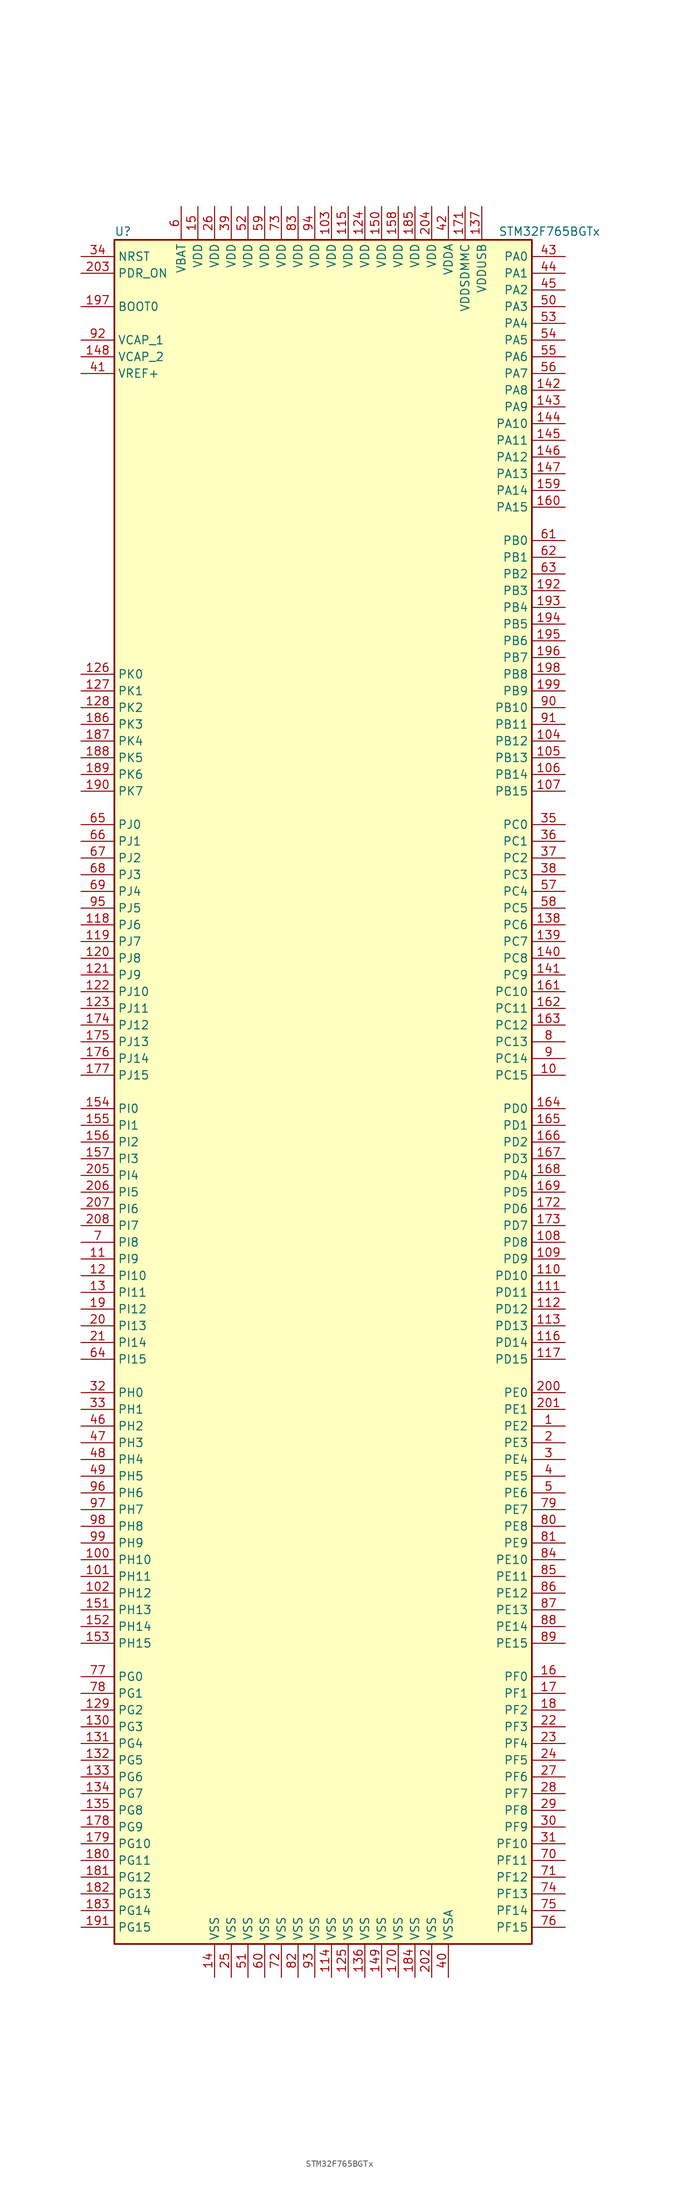
<source format=kicad_sym>
(kicad_symbol_lib
  (version 20211014)
  (generator kicad_symbol_editor)
  (symbol "STM32F765BGTx"
    (property "Reference" "U"
      (at -33.02 130.81 0)
      (effects (font (size 1.27 1.27)) (justify left)))
    (property "Value" "STM32F765BGTx"
      (at 25.4 130.81 0)
      (effects (font (size 1.27 1.27)) (justify left)))
    (symbol "STM32F765BGTx_0_1"
      (rectangle (start -33.02 -129.54) (end 30.48 129.54) (stroke (width 0.254) (type default) (color 0 0 0 0)) (fill (type background))))
    (symbol "STM32F765BGTx_1_1"
      (pin bidirectional line (at 35.56 -50.8 180) (length 5.08) (name "PE2" (effects (font (size 1.27 1.27)))) (number "1" (effects (font (size 1.27 1.27)))))
      (pin bidirectional line (at 35.56 2.54 180) (length 5.08) (name "PC15" (effects (font (size 1.27 1.27)))) (number "10" (effects (font (size 1.27 1.27)))))
      (pin bidirectional line (at -38.1 -71.12 0) (length 5.08) (name "PH10" (effects (font (size 1.27 1.27)))) (number "100" (effects (font (size 1.27 1.27)))))
      (pin bidirectional line (at -38.1 -73.66 0) (length 5.08) (name "PH11" (effects (font (size 1.27 1.27)))) (number "101" (effects (font (size 1.27 1.27)))))
      (pin bidirectional line (at -38.1 -76.2 0) (length 5.08) (name "PH12" (effects (font (size 1.27 1.27)))) (number "102" (effects (font (size 1.27 1.27)))))
      (pin power_in line (at 0 134.62 270) (length 5.08) (name "VDD" (effects (font (size 1.27 1.27)))) (number "103" (effects (font (size 1.27 1.27)))))
      (pin bidirectional line (at 35.56 53.34 180) (length 5.08) (name "PB12" (effects (font (size 1.27 1.27)))) (number "104" (effects (font (size 1.27 1.27)))))
      (pin bidirectional line (at 35.56 50.8 180) (length 5.08) (name "PB13" (effects (font (size 1.27 1.27)))) (number "105" (effects (font (size 1.27 1.27)))))
      (pin bidirectional line (at 35.56 48.26 180) (length 5.08) (name "PB14" (effects (font (size 1.27 1.27)))) (number "106" (effects (font (size 1.27 1.27)))))
      (pin bidirectional line (at 35.56 45.72 180) (length 5.08) (name "PB15" (effects (font (size 1.27 1.27)))) (number "107" (effects (font (size 1.27 1.27)))))
      (pin bidirectional line (at 35.56 -22.86 180) (length 5.08) (name "PD8" (effects (font (size 1.27 1.27)))) (number "108" (effects (font (size 1.27 1.27)))))
      (pin bidirectional line (at 35.56 -25.4 180) (length 5.08) (name "PD9" (effects (font (size 1.27 1.27)))) (number "109" (effects (font (size 1.27 1.27)))))
      (pin bidirectional line (at -38.1 -25.4 0) (length 5.08) (name "PI9" (effects (font (size 1.27 1.27)))) (number "11" (effects (font (size 1.27 1.27)))))
      (pin bidirectional line (at 35.56 -27.94 180) (length 5.08) (name "PD10" (effects (font (size 1.27 1.27)))) (number "110" (effects (font (size 1.27 1.27)))))
      (pin bidirectional line (at 35.56 -30.48 180) (length 5.08) (name "PD11" (effects (font (size 1.27 1.27)))) (number "111" (effects (font (size 1.27 1.27)))))
      (pin bidirectional line (at 35.56 -33.02 180) (length 5.08) (name "PD12" (effects (font (size 1.27 1.27)))) (number "112" (effects (font (size 1.27 1.27)))))
      (pin bidirectional line (at 35.56 -35.56 180) (length 5.08) (name "PD13" (effects (font (size 1.27 1.27)))) (number "113" (effects (font (size 1.27 1.27)))))
      (pin power_in line (at 0 -134.62 90) (length 5.08) (name "VSS" (effects (font (size 1.27 1.27)))) (number "114" (effects (font (size 1.27 1.27)))))
      (pin power_in line (at 2.54 134.62 270) (length 5.08) (name "VDD" (effects (font (size 1.27 1.27)))) (number "115" (effects (font (size 1.27 1.27)))))
      (pin bidirectional line (at 35.56 -38.1 180) (length 5.08) (name "PD14" (effects (font (size 1.27 1.27)))) (number "116" (effects (font (size 1.27 1.27)))))
      (pin bidirectional line (at 35.56 -40.64 180) (length 5.08) (name "PD15" (effects (font (size 1.27 1.27)))) (number "117" (effects (font (size 1.27 1.27)))))
      (pin bidirectional line (at -38.1 25.4 0) (length 5.08) (name "PJ6" (effects (font (size 1.27 1.27)))) (number "118" (effects (font (size 1.27 1.27)))))
      (pin bidirectional line (at -38.1 22.86 0) (length 5.08) (name "PJ7" (effects (font (size 1.27 1.27)))) (number "119" (effects (font (size 1.27 1.27)))))
      (pin bidirectional line (at -38.1 -27.94 0) (length 5.08) (name "PI10" (effects (font (size 1.27 1.27)))) (number "12" (effects (font (size 1.27 1.27)))))
      (pin bidirectional line (at -38.1 20.32 0) (length 5.08) (name "PJ8" (effects (font (size 1.27 1.27)))) (number "120" (effects (font (size 1.27 1.27)))))
      (pin bidirectional line (at -38.1 17.78 0) (length 5.08) (name "PJ9" (effects (font (size 1.27 1.27)))) (number "121" (effects (font (size 1.27 1.27)))))
      (pin bidirectional line (at -38.1 15.24 0) (length 5.08) (name "PJ10" (effects (font (size 1.27 1.27)))) (number "122" (effects (font (size 1.27 1.27)))))
      (pin bidirectional line (at -38.1 12.7 0) (length 5.08) (name "PJ11" (effects (font (size 1.27 1.27)))) (number "123" (effects (font (size 1.27 1.27)))))
      (pin power_in line (at 5.08 134.62 270) (length 5.08) (name "VDD" (effects (font (size 1.27 1.27)))) (number "124" (effects (font (size 1.27 1.27)))))
      (pin power_in line (at 2.54 -134.62 90) (length 5.08) (name "VSS" (effects (font (size 1.27 1.27)))) (number "125" (effects (font (size 1.27 1.27)))))
      (pin bidirectional line (at -38.1 63.5 0) (length 5.08) (name "PK0" (effects (font (size 1.27 1.27)))) (number "126" (effects (font (size 1.27 1.27)))))
      (pin bidirectional line (at -38.1 60.96 0) (length 5.08) (name "PK1" (effects (font (size 1.27 1.27)))) (number "127" (effects (font (size 1.27 1.27)))))
      (pin bidirectional line (at -38.1 58.42 0) (length 5.08) (name "PK2" (effects (font (size 1.27 1.27)))) (number "128" (effects (font (size 1.27 1.27)))))
      (pin bidirectional line (at -38.1 -93.98 0) (length 5.08) (name "PG2" (effects (font (size 1.27 1.27)))) (number "129" (effects (font (size 1.27 1.27)))))
      (pin bidirectional line (at -38.1 -30.48 0) (length 5.08) (name "PI11" (effects (font (size 1.27 1.27)))) (number "13" (effects (font (size 1.27 1.27)))))
      (pin bidirectional line (at -38.1 -96.52 0) (length 5.08) (name "PG3" (effects (font (size 1.27 1.27)))) (number "130" (effects (font (size 1.27 1.27)))))
      (pin bidirectional line (at -38.1 -99.06 0) (length 5.08) (name "PG4" (effects (font (size 1.27 1.27)))) (number "131" (effects (font (size 1.27 1.27)))))
      (pin bidirectional line (at -38.1 -101.6 0) (length 5.08) (name "PG5" (effects (font (size 1.27 1.27)))) (number "132" (effects (font (size 1.27 1.27)))))
      (pin bidirectional line (at -38.1 -104.14 0) (length 5.08) (name "PG6" (effects (font (size 1.27 1.27)))) (number "133" (effects (font (size 1.27 1.27)))))
      (pin bidirectional line (at -38.1 -106.68 0) (length 5.08) (name "PG7" (effects (font (size 1.27 1.27)))) (number "134" (effects (font (size 1.27 1.27)))))
      (pin bidirectional line (at -38.1 -109.22 0) (length 5.08) (name "PG8" (effects (font (size 1.27 1.27)))) (number "135" (effects (font (size 1.27 1.27)))))
      (pin power_in line (at 5.08 -134.62 90) (length 5.08) (name "VSS" (effects (font (size 1.27 1.27)))) (number "136" (effects (font (size 1.27 1.27)))))
      (pin power_in line (at 22.86 134.62 270) (length 5.08) (name "VDDUSB" (effects (font (size 1.27 1.27)))) (number "137" (effects (font (size 1.27 1.27)))))
      (pin bidirectional line (at 35.56 25.4 180) (length 5.08) (name "PC6" (effects (font (size 1.27 1.27)))) (number "138" (effects (font (size 1.27 1.27)))))
      (pin bidirectional line (at 35.56 22.86 180) (length 5.08) (name "PC7" (effects (font (size 1.27 1.27)))) (number "139" (effects (font (size 1.27 1.27)))))
      (pin power_in line (at -17.78 -134.62 90) (length 5.08) (name "VSS" (effects (font (size 1.27 1.27)))) (number "14" (effects (font (size 1.27 1.27)))))
      (pin bidirectional line (at 35.56 20.32 180) (length 5.08) (name "PC8" (effects (font (size 1.27 1.27)))) (number "140" (effects (font (size 1.27 1.27)))))
      (pin bidirectional line (at 35.56 17.78 180) (length 5.08) (name "PC9" (effects (font (size 1.27 1.27)))) (number "141" (effects (font (size 1.27 1.27)))))
      (pin bidirectional line (at 35.56 106.68 180) (length 5.08) (name "PA8" (effects (font (size 1.27 1.27)))) (number "142" (effects (font (size 1.27 1.27)))))
      (pin bidirectional line (at 35.56 104.14 180) (length 5.08) (name "PA9" (effects (font (size 1.27 1.27)))) (number "143" (effects (font (size 1.27 1.27)))))
      (pin bidirectional line (at 35.56 101.6 180) (length 5.08) (name "PA10" (effects (font (size 1.27 1.27)))) (number "144" (effects (font (size 1.27 1.27)))))
      (pin bidirectional line (at 35.56 99.06 180) (length 5.08) (name "PA11" (effects (font (size 1.27 1.27)))) (number "145" (effects (font (size 1.27 1.27)))))
      (pin bidirectional line (at 35.56 96.52 180) (length 5.08) (name "PA12" (effects (font (size 1.27 1.27)))) (number "146" (effects (font (size 1.27 1.27)))))
      (pin bidirectional line (at 35.56 93.98 180) (length 5.08) (name "PA13" (effects (font (size 1.27 1.27)))) (number "147" (effects (font (size 1.27 1.27)))))
      (pin power_in line (at -38.1 111.76 0) (length 5.08) (name "VCAP_2" (effects (font (size 1.27 1.27)))) (number "148" (effects (font (size 1.27 1.27)))))
      (pin power_in line (at 7.62 -134.62 90) (length 5.08) (name "VSS" (effects (font (size 1.27 1.27)))) (number "149" (effects (font (size 1.27 1.27)))))
      (pin power_in line (at -20.32 134.62 270) (length 5.08) (name "VDD" (effects (font (size 1.27 1.27)))) (number "15" (effects (font (size 1.27 1.27)))))
      (pin power_in line (at 7.62 134.62 270) (length 5.08) (name "VDD" (effects (font (size 1.27 1.27)))) (number "150" (effects (font (size 1.27 1.27)))))
      (pin bidirectional line (at -38.1 -78.74 0) (length 5.08) (name "PH13" (effects (font (size 1.27 1.27)))) (number "151" (effects (font (size 1.27 1.27)))))
      (pin bidirectional line (at -38.1 -81.28 0) (length 5.08) (name "PH14" (effects (font (size 1.27 1.27)))) (number "152" (effects (font (size 1.27 1.27)))))
      (pin bidirectional line (at -38.1 -83.82 0) (length 5.08) (name "PH15" (effects (font (size 1.27 1.27)))) (number "153" (effects (font (size 1.27 1.27)))))
      (pin bidirectional line (at -38.1 -2.54 0) (length 5.08) (name "PI0" (effects (font (size 1.27 1.27)))) (number "154" (effects (font (size 1.27 1.27)))))
      (pin bidirectional line (at -38.1 -5.08 0) (length 5.08) (name "PI1" (effects (font (size 1.27 1.27)))) (number "155" (effects (font (size 1.27 1.27)))))
      (pin bidirectional line (at -38.1 -7.62 0) (length 5.08) (name "PI2" (effects (font (size 1.27 1.27)))) (number "156" (effects (font (size 1.27 1.27)))))
      (pin bidirectional line (at -38.1 -10.16 0) (length 5.08) (name "PI3" (effects (font (size 1.27 1.27)))) (number "157" (effects (font (size 1.27 1.27)))))
      (pin power_in line (at 10.16 134.62 270) (length 5.08) (name "VDD" (effects (font (size 1.27 1.27)))) (number "158" (effects (font (size 1.27 1.27)))))
      (pin bidirectional line (at 35.56 91.44 180) (length 5.08) (name "PA14" (effects (font (size 1.27 1.27)))) (number "159" (effects (font (size 1.27 1.27)))))
      (pin bidirectional line (at 35.56 -88.9 180) (length 5.08) (name "PF0" (effects (font (size 1.27 1.27)))) (number "16" (effects (font (size 1.27 1.27)))))
      (pin bidirectional line (at 35.56 88.9 180) (length 5.08) (name "PA15" (effects (font (size 1.27 1.27)))) (number "160" (effects (font (size 1.27 1.27)))))
      (pin bidirectional line (at 35.56 15.24 180) (length 5.08) (name "PC10" (effects (font (size 1.27 1.27)))) (number "161" (effects (font (size 1.27 1.27)))))
      (pin bidirectional line (at 35.56 12.7 180) (length 5.08) (name "PC11" (effects (font (size 1.27 1.27)))) (number "162" (effects (font (size 1.27 1.27)))))
      (pin bidirectional line (at 35.56 10.16 180) (length 5.08) (name "PC12" (effects (font (size 1.27 1.27)))) (number "163" (effects (font (size 1.27 1.27)))))
      (pin bidirectional line (at 35.56 -2.54 180) (length 5.08) (name "PD0" (effects (font (size 1.27 1.27)))) (number "164" (effects (font (size 1.27 1.27)))))
      (pin bidirectional line (at 35.56 -5.08 180) (length 5.08) (name "PD1" (effects (font (size 1.27 1.27)))) (number "165" (effects (font (size 1.27 1.27)))))
      (pin bidirectional line (at 35.56 -7.62 180) (length 5.08) (name "PD2" (effects (font (size 1.27 1.27)))) (number "166" (effects (font (size 1.27 1.27)))))
      (pin bidirectional line (at 35.56 -10.16 180) (length 5.08) (name "PD3" (effects (font (size 1.27 1.27)))) (number "167" (effects (font (size 1.27 1.27)))))
      (pin bidirectional line (at 35.56 -12.7 180) (length 5.08) (name "PD4" (effects (font (size 1.27 1.27)))) (number "168" (effects (font (size 1.27 1.27)))))
      (pin bidirectional line (at 35.56 -15.24 180) (length 5.08) (name "PD5" (effects (font (size 1.27 1.27)))) (number "169" (effects (font (size 1.27 1.27)))))
      (pin bidirectional line (at 35.56 -91.44 180) (length 5.08) (name "PF1" (effects (font (size 1.27 1.27)))) (number "17" (effects (font (size 1.27 1.27)))))
      (pin power_in line (at 10.16 -134.62 90) (length 5.08) (name "VSS" (effects (font (size 1.27 1.27)))) (number "170" (effects (font (size 1.27 1.27)))))
      (pin power_in line (at 20.32 134.62 270) (length 5.08) (name "VDDSDMMC" (effects (font (size 1.27 1.27)))) (number "171" (effects (font (size 1.27 1.27)))))
      (pin bidirectional line (at 35.56 -17.78 180) (length 5.08) (name "PD6" (effects (font (size 1.27 1.27)))) (number "172" (effects (font (size 1.27 1.27)))))
      (pin bidirectional line (at 35.56 -20.32 180) (length 5.08) (name "PD7" (effects (font (size 1.27 1.27)))) (number "173" (effects (font (size 1.27 1.27)))))
      (pin bidirectional line (at -38.1 10.16 0) (length 5.08) (name "PJ12" (effects (font (size 1.27 1.27)))) (number "174" (effects (font (size 1.27 1.27)))))
      (pin bidirectional line (at -38.1 7.62 0) (length 5.08) (name "PJ13" (effects (font (size 1.27 1.27)))) (number "175" (effects (font (size 1.27 1.27)))))
      (pin bidirectional line (at -38.1 5.08 0) (length 5.08) (name "PJ14" (effects (font (size 1.27 1.27)))) (number "176" (effects (font (size 1.27 1.27)))))
      (pin bidirectional line (at -38.1 2.54 0) (length 5.08) (name "PJ15" (effects (font (size 1.27 1.27)))) (number "177" (effects (font (size 1.27 1.27)))))
      (pin bidirectional line (at -38.1 -111.76 0) (length 5.08) (name "PG9" (effects (font (size 1.27 1.27)))) (number "178" (effects (font (size 1.27 1.27)))))
      (pin bidirectional line (at -38.1 -114.3 0) (length 5.08) (name "PG10" (effects (font (size 1.27 1.27)))) (number "179" (effects (font (size 1.27 1.27)))))
      (pin bidirectional line (at 35.56 -93.98 180) (length 5.08) (name "PF2" (effects (font (size 1.27 1.27)))) (number "18" (effects (font (size 1.27 1.27)))))
      (pin bidirectional line (at -38.1 -116.84 0) (length 5.08) (name "PG11" (effects (font (size 1.27 1.27)))) (number "180" (effects (font (size 1.27 1.27)))))
      (pin bidirectional line (at -38.1 -119.38 0) (length 5.08) (name "PG12" (effects (font (size 1.27 1.27)))) (number "181" (effects (font (size 1.27 1.27)))))
      (pin bidirectional line (at -38.1 -121.92 0) (length 5.08) (name "PG13" (effects (font (size 1.27 1.27)))) (number "182" (effects (font (size 1.27 1.27)))))
      (pin bidirectional line (at -38.1 -124.46 0) (length 5.08) (name "PG14" (effects (font (size 1.27 1.27)))) (number "183" (effects (font (size 1.27 1.27)))))
      (pin power_in line (at 12.7 -134.62 90) (length 5.08) (name "VSS" (effects (font (size 1.27 1.27)))) (number "184" (effects (font (size 1.27 1.27)))))
      (pin power_in line (at 12.7 134.62 270) (length 5.08) (name "VDD" (effects (font (size 1.27 1.27)))) (number "185" (effects (font (size 1.27 1.27)))))
      (pin bidirectional line (at -38.1 55.88 0) (length 5.08) (name "PK3" (effects (font (size 1.27 1.27)))) (number "186" (effects (font (size 1.27 1.27)))))
      (pin bidirectional line (at -38.1 53.34 0) (length 5.08) (name "PK4" (effects (font (size 1.27 1.27)))) (number "187" (effects (font (size 1.27 1.27)))))
      (pin bidirectional line (at -38.1 50.8 0) (length 5.08) (name "PK5" (effects (font (size 1.27 1.27)))) (number "188" (effects (font (size 1.27 1.27)))))
      (pin bidirectional line (at -38.1 48.26 0) (length 5.08) (name "PK6" (effects (font (size 1.27 1.27)))) (number "189" (effects (font (size 1.27 1.27)))))
      (pin bidirectional line (at -38.1 -33.02 0) (length 5.08) (name "PI12" (effects (font (size 1.27 1.27)))) (number "19" (effects (font (size 1.27 1.27)))))
      (pin bidirectional line (at -38.1 45.72 0) (length 5.08) (name "PK7" (effects (font (size 1.27 1.27)))) (number "190" (effects (font (size 1.27 1.27)))))
      (pin bidirectional line (at -38.1 -127 0) (length 5.08) (name "PG15" (effects (font (size 1.27 1.27)))) (number "191" (effects (font (size 1.27 1.27)))))
      (pin bidirectional line (at 35.56 76.2 180) (length 5.08) (name "PB3" (effects (font (size 1.27 1.27)))) (number "192" (effects (font (size 1.27 1.27)))))
      (pin bidirectional line (at 35.56 73.66 180) (length 5.08) (name "PB4" (effects (font (size 1.27 1.27)))) (number "193" (effects (font (size 1.27 1.27)))))
      (pin bidirectional line (at 35.56 71.12 180) (length 5.08) (name "PB5" (effects (font (size 1.27 1.27)))) (number "194" (effects (font (size 1.27 1.27)))))
      (pin bidirectional line (at 35.56 68.58 180) (length 5.08) (name "PB6" (effects (font (size 1.27 1.27)))) (number "195" (effects (font (size 1.27 1.27)))))
      (pin bidirectional line (at 35.56 66.04 180) (length 5.08) (name "PB7" (effects (font (size 1.27 1.27)))) (number "196" (effects (font (size 1.27 1.27)))))
      (pin input line (at -38.1 119.38 0) (length 5.08) (name "BOOT0" (effects (font (size 1.27 1.27)))) (number "197" (effects (font (size 1.27 1.27)))))
      (pin bidirectional line (at 35.56 63.5 180) (length 5.08) (name "PB8" (effects (font (size 1.27 1.27)))) (number "198" (effects (font (size 1.27 1.27)))))
      (pin bidirectional line (at 35.56 60.96 180) (length 5.08) (name "PB9" (effects (font (size 1.27 1.27)))) (number "199" (effects (font (size 1.27 1.27)))))
      (pin bidirectional line (at 35.56 -53.34 180) (length 5.08) (name "PE3" (effects (font (size 1.27 1.27)))) (number "2" (effects (font (size 1.27 1.27)))))
      (pin bidirectional line (at -38.1 -35.56 0) (length 5.08) (name "PI13" (effects (font (size 1.27 1.27)))) (number "20" (effects (font (size 1.27 1.27)))))
      (pin bidirectional line (at 35.56 -45.72 180) (length 5.08) (name "PE0" (effects (font (size 1.27 1.27)))) (number "200" (effects (font (size 1.27 1.27)))))
      (pin bidirectional line (at 35.56 -48.26 180) (length 5.08) (name "PE1" (effects (font (size 1.27 1.27)))) (number "201" (effects (font (size 1.27 1.27)))))
      (pin power_in line (at 15.24 -134.62 90) (length 5.08) (name "VSS" (effects (font (size 1.27 1.27)))) (number "202" (effects (font (size 1.27 1.27)))))
      (pin input line (at -38.1 124.46 0) (length 5.08) (name "PDR_ON" (effects (font (size 1.27 1.27)))) (number "203" (effects (font (size 1.27 1.27)))))
      (pin power_in line (at 15.24 134.62 270) (length 5.08) (name "VDD" (effects (font (size 1.27 1.27)))) (number "204" (effects (font (size 1.27 1.27)))))
      (pin bidirectional line (at -38.1 -12.7 0) (length 5.08) (name "PI4" (effects (font (size 1.27 1.27)))) (number "205" (effects (font (size 1.27 1.27)))))
      (pin bidirectional line (at -38.1 -15.24 0) (length 5.08) (name "PI5" (effects (font (size 1.27 1.27)))) (number "206" (effects (font (size 1.27 1.27)))))
      (pin bidirectional line (at -38.1 -17.78 0) (length 5.08) (name "PI6" (effects (font (size 1.27 1.27)))) (number "207" (effects (font (size 1.27 1.27)))))
      (pin bidirectional line (at -38.1 -20.32 0) (length 5.08) (name "PI7" (effects (font (size 1.27 1.27)))) (number "208" (effects (font (size 1.27 1.27)))))
      (pin bidirectional line (at -38.1 -38.1 0) (length 5.08) (name "PI14" (effects (font (size 1.27 1.27)))) (number "21" (effects (font (size 1.27 1.27)))))
      (pin bidirectional line (at 35.56 -96.52 180) (length 5.08) (name "PF3" (effects (font (size 1.27 1.27)))) (number "22" (effects (font (size 1.27 1.27)))))
      (pin bidirectional line (at 35.56 -99.06 180) (length 5.08) (name "PF4" (effects (font (size 1.27 1.27)))) (number "23" (effects (font (size 1.27 1.27)))))
      (pin bidirectional line (at 35.56 -101.6 180) (length 5.08) (name "PF5" (effects (font (size 1.27 1.27)))) (number "24" (effects (font (size 1.27 1.27)))))
      (pin power_in line (at -15.24 -134.62 90) (length 5.08) (name "VSS" (effects (font (size 1.27 1.27)))) (number "25" (effects (font (size 1.27 1.27)))))
      (pin power_in line (at -17.78 134.62 270) (length 5.08) (name "VDD" (effects (font (size 1.27 1.27)))) (number "26" (effects (font (size 1.27 1.27)))))
      (pin bidirectional line (at 35.56 -104.14 180) (length 5.08) (name "PF6" (effects (font (size 1.27 1.27)))) (number "27" (effects (font (size 1.27 1.27)))))
      (pin bidirectional line (at 35.56 -106.68 180) (length 5.08) (name "PF7" (effects (font (size 1.27 1.27)))) (number "28" (effects (font (size 1.27 1.27)))))
      (pin bidirectional line (at 35.56 -109.22 180) (length 5.08) (name "PF8" (effects (font (size 1.27 1.27)))) (number "29" (effects (font (size 1.27 1.27)))))
      (pin bidirectional line (at 35.56 -55.88 180) (length 5.08) (name "PE4" (effects (font (size 1.27 1.27)))) (number "3" (effects (font (size 1.27 1.27)))))
      (pin bidirectional line (at 35.56 -111.76 180) (length 5.08) (name "PF9" (effects (font (size 1.27 1.27)))) (number "30" (effects (font (size 1.27 1.27)))))
      (pin bidirectional line (at 35.56 -114.3 180) (length 5.08) (name "PF10" (effects (font (size 1.27 1.27)))) (number "31" (effects (font (size 1.27 1.27)))))
      (pin input line (at -38.1 -45.72 0) (length 5.08) (name "PH0" (effects (font (size 1.27 1.27)))) (number "32" (effects (font (size 1.27 1.27)))))
      (pin input line (at -38.1 -48.26 0) (length 5.08) (name "PH1" (effects (font (size 1.27 1.27)))) (number "33" (effects (font (size 1.27 1.27)))))
      (pin input line (at -38.1 127 0) (length 5.08) (name "NRST" (effects (font (size 1.27 1.27)))) (number "34" (effects (font (size 1.27 1.27)))))
      (pin bidirectional line (at 35.56 40.64 180) (length 5.08) (name "PC0" (effects (font (size 1.27 1.27)))) (number "35" (effects (font (size 1.27 1.27)))))
      (pin bidirectional line (at 35.56 38.1 180) (length 5.08) (name "PC1" (effects (font (size 1.27 1.27)))) (number "36" (effects (font (size 1.27 1.27)))))
      (pin bidirectional line (at 35.56 35.56 180) (length 5.08) (name "PC2" (effects (font (size 1.27 1.27)))) (number "37" (effects (font (size 1.27 1.27)))))
      (pin bidirectional line (at 35.56 33.02 180) (length 5.08) (name "PC3" (effects (font (size 1.27 1.27)))) (number "38" (effects (font (size 1.27 1.27)))))
      (pin power_in line (at -15.24 134.62 270) (length 5.08) (name "VDD" (effects (font (size 1.27 1.27)))) (number "39" (effects (font (size 1.27 1.27)))))
      (pin bidirectional line (at 35.56 -58.42 180) (length 5.08) (name "PE5" (effects (font (size 1.27 1.27)))) (number "4" (effects (font (size 1.27 1.27)))))
      (pin power_in line (at 17.78 -134.62 90) (length 5.08) (name "VSSA" (effects (font (size 1.27 1.27)))) (number "40" (effects (font (size 1.27 1.27)))))
      (pin power_in line (at -38.1 109.22 0) (length 5.08) (name "VREF+" (effects (font (size 1.27 1.27)))) (number "41" (effects (font (size 1.27 1.27)))))
      (pin power_in line (at 17.78 134.62 270) (length 5.08) (name "VDDA" (effects (font (size 1.27 1.27)))) (number "42" (effects (font (size 1.27 1.27)))))
      (pin bidirectional line (at 35.56 127 180) (length 5.08) (name "PA0" (effects (font (size 1.27 1.27)))) (number "43" (effects (font (size 1.27 1.27)))))
      (pin bidirectional line (at 35.56 124.46 180) (length 5.08) (name "PA1" (effects (font (size 1.27 1.27)))) (number "44" (effects (font (size 1.27 1.27)))))
      (pin bidirectional line (at 35.56 121.92 180) (length 5.08) (name "PA2" (effects (font (size 1.27 1.27)))) (number "45" (effects (font (size 1.27 1.27)))))
      (pin bidirectional line (at -38.1 -50.8 0) (length 5.08) (name "PH2" (effects (font (size 1.27 1.27)))) (number "46" (effects (font (size 1.27 1.27)))))
      (pin bidirectional line (at -38.1 -53.34 0) (length 5.08) (name "PH3" (effects (font (size 1.27 1.27)))) (number "47" (effects (font (size 1.27 1.27)))))
      (pin bidirectional line (at -38.1 -55.88 0) (length 5.08) (name "PH4" (effects (font (size 1.27 1.27)))) (number "48" (effects (font (size 1.27 1.27)))))
      (pin bidirectional line (at -38.1 -58.42 0) (length 5.08) (name "PH5" (effects (font (size 1.27 1.27)))) (number "49" (effects (font (size 1.27 1.27)))))
      (pin bidirectional line (at 35.56 -60.96 180) (length 5.08) (name "PE6" (effects (font (size 1.27 1.27)))) (number "5" (effects (font (size 1.27 1.27)))))
      (pin bidirectional line (at 35.56 119.38 180) (length 5.08) (name "PA3" (effects (font (size 1.27 1.27)))) (number "50" (effects (font (size 1.27 1.27)))))
      (pin power_in line (at -12.7 -134.62 90) (length 5.08) (name "VSS" (effects (font (size 1.27 1.27)))) (number "51" (effects (font (size 1.27 1.27)))))
      (pin power_in line (at -12.7 134.62 270) (length 5.08) (name "VDD" (effects (font (size 1.27 1.27)))) (number "52" (effects (font (size 1.27 1.27)))))
      (pin bidirectional line (at 35.56 116.84 180) (length 5.08) (name "PA4" (effects (font (size 1.27 1.27)))) (number "53" (effects (font (size 1.27 1.27)))))
      (pin bidirectional line (at 35.56 114.3 180) (length 5.08) (name "PA5" (effects (font (size 1.27 1.27)))) (number "54" (effects (font (size 1.27 1.27)))))
      (pin bidirectional line (at 35.56 111.76 180) (length 5.08) (name "PA6" (effects (font (size 1.27 1.27)))) (number "55" (effects (font (size 1.27 1.27)))))
      (pin bidirectional line (at 35.56 109.22 180) (length 5.08) (name "PA7" (effects (font (size 1.27 1.27)))) (number "56" (effects (font (size 1.27 1.27)))))
      (pin bidirectional line (at 35.56 30.48 180) (length 5.08) (name "PC4" (effects (font (size 1.27 1.27)))) (number "57" (effects (font (size 1.27 1.27)))))
      (pin bidirectional line (at 35.56 27.94 180) (length 5.08) (name "PC5" (effects (font (size 1.27 1.27)))) (number "58" (effects (font (size 1.27 1.27)))))
      (pin power_in line (at -10.16 134.62 270) (length 5.08) (name "VDD" (effects (font (size 1.27 1.27)))) (number "59" (effects (font (size 1.27 1.27)))))
      (pin power_in line (at -22.86 134.62 270) (length 5.08) (name "VBAT" (effects (font (size 1.27 1.27)))) (number "6" (effects (font (size 1.27 1.27)))))
      (pin power_in line (at -10.16 -134.62 90) (length 5.08) (name "VSS" (effects (font (size 1.27 1.27)))) (number "60" (effects (font (size 1.27 1.27)))))
      (pin bidirectional line (at 35.56 83.82 180) (length 5.08) (name "PB0" (effects (font (size 1.27 1.27)))) (number "61" (effects (font (size 1.27 1.27)))))
      (pin bidirectional line (at 35.56 81.28 180) (length 5.08) (name "PB1" (effects (font (size 1.27 1.27)))) (number "62" (effects (font (size 1.27 1.27)))))
      (pin bidirectional line (at 35.56 78.74 180) (length 5.08) (name "PB2" (effects (font (size 1.27 1.27)))) (number "63" (effects (font (size 1.27 1.27)))))
      (pin bidirectional line (at -38.1 -40.64 0) (length 5.08) (name "PI15" (effects (font (size 1.27 1.27)))) (number "64" (effects (font (size 1.27 1.27)))))
      (pin bidirectional line (at -38.1 40.64 0) (length 5.08) (name "PJ0" (effects (font (size 1.27 1.27)))) (number "65" (effects (font (size 1.27 1.27)))))
      (pin bidirectional line (at -38.1 38.1 0) (length 5.08) (name "PJ1" (effects (font (size 1.27 1.27)))) (number "66" (effects (font (size 1.27 1.27)))))
      (pin bidirectional line (at -38.1 35.56 0) (length 5.08) (name "PJ2" (effects (font (size 1.27 1.27)))) (number "67" (effects (font (size 1.27 1.27)))))
      (pin bidirectional line (at -38.1 33.02 0) (length 5.08) (name "PJ3" (effects (font (size 1.27 1.27)))) (number "68" (effects (font (size 1.27 1.27)))))
      (pin bidirectional line (at -38.1 30.48 0) (length 5.08) (name "PJ4" (effects (font (size 1.27 1.27)))) (number "69" (effects (font (size 1.27 1.27)))))
      (pin bidirectional line (at -38.1 -22.86 0) (length 5.08) (name "PI8" (effects (font (size 1.27 1.27)))) (number "7" (effects (font (size 1.27 1.27)))))
      (pin bidirectional line (at 35.56 -116.84 180) (length 5.08) (name "PF11" (effects (font (size 1.27 1.27)))) (number "70" (effects (font (size 1.27 1.27)))))
      (pin bidirectional line (at 35.56 -119.38 180) (length 5.08) (name "PF12" (effects (font (size 1.27 1.27)))) (number "71" (effects (font (size 1.27 1.27)))))
      (pin power_in line (at -7.62 -134.62 90) (length 5.08) (name "VSS" (effects (font (size 1.27 1.27)))) (number "72" (effects (font (size 1.27 1.27)))))
      (pin power_in line (at -7.62 134.62 270) (length 5.08) (name "VDD" (effects (font (size 1.27 1.27)))) (number "73" (effects (font (size 1.27 1.27)))))
      (pin bidirectional line (at 35.56 -121.92 180) (length 5.08) (name "PF13" (effects (font (size 1.27 1.27)))) (number "74" (effects (font (size 1.27 1.27)))))
      (pin bidirectional line (at 35.56 -124.46 180) (length 5.08) (name "PF14" (effects (font (size 1.27 1.27)))) (number "75" (effects (font (size 1.27 1.27)))))
      (pin bidirectional line (at 35.56 -127 180) (length 5.08) (name "PF15" (effects (font (size 1.27 1.27)))) (number "76" (effects (font (size 1.27 1.27)))))
      (pin bidirectional line (at -38.1 -88.9 0) (length 5.08) (name "PG0" (effects (font (size 1.27 1.27)))) (number "77" (effects (font (size 1.27 1.27)))))
      (pin bidirectional line (at -38.1 -91.44 0) (length 5.08) (name "PG1" (effects (font (size 1.27 1.27)))) (number "78" (effects (font (size 1.27 1.27)))))
      (pin bidirectional line (at 35.56 -63.5 180) (length 5.08) (name "PE7" (effects (font (size 1.27 1.27)))) (number "79" (effects (font (size 1.27 1.27)))))
      (pin bidirectional line (at 35.56 7.62 180) (length 5.08) (name "PC13" (effects (font (size 1.27 1.27)))) (number "8" (effects (font (size 1.27 1.27)))))
      (pin bidirectional line (at 35.56 -66.04 180) (length 5.08) (name "PE8" (effects (font (size 1.27 1.27)))) (number "80" (effects (font (size 1.27 1.27)))))
      (pin bidirectional line (at 35.56 -68.58 180) (length 5.08) (name "PE9" (effects (font (size 1.27 1.27)))) (number "81" (effects (font (size 1.27 1.27)))))
      (pin power_in line (at -5.08 -134.62 90) (length 5.08) (name "VSS" (effects (font (size 1.27 1.27)))) (number "82" (effects (font (size 1.27 1.27)))))
      (pin power_in line (at -5.08 134.62 270) (length 5.08) (name "VDD" (effects (font (size 1.27 1.27)))) (number "83" (effects (font (size 1.27 1.27)))))
      (pin bidirectional line (at 35.56 -71.12 180) (length 5.08) (name "PE10" (effects (font (size 1.27 1.27)))) (number "84" (effects (font (size 1.27 1.27)))))
      (pin bidirectional line (at 35.56 -73.66 180) (length 5.08) (name "PE11" (effects (font (size 1.27 1.27)))) (number "85" (effects (font (size 1.27 1.27)))))
      (pin bidirectional line (at 35.56 -76.2 180) (length 5.08) (name "PE12" (effects (font (size 1.27 1.27)))) (number "86" (effects (font (size 1.27 1.27)))))
      (pin bidirectional line (at 35.56 -78.74 180) (length 5.08) (name "PE13" (effects (font (size 1.27 1.27)))) (number "87" (effects (font (size 1.27 1.27)))))
      (pin bidirectional line (at 35.56 -81.28 180) (length 5.08) (name "PE14" (effects (font (size 1.27 1.27)))) (number "88" (effects (font (size 1.27 1.27)))))
      (pin bidirectional line (at 35.56 -83.82 180) (length 5.08) (name "PE15" (effects (font (size 1.27 1.27)))) (number "89" (effects (font (size 1.27 1.27)))))
      (pin bidirectional line (at 35.56 5.08 180) (length 5.08) (name "PC14" (effects (font (size 1.27 1.27)))) (number "9" (effects (font (size 1.27 1.27)))))
      (pin bidirectional line (at 35.56 58.42 180) (length 5.08) (name "PB10" (effects (font (size 1.27 1.27)))) (number "90" (effects (font (size 1.27 1.27)))))
      (pin bidirectional line (at 35.56 55.88 180) (length 5.08) (name "PB11" (effects (font (size 1.27 1.27)))) (number "91" (effects (font (size 1.27 1.27)))))
      (pin power_in line (at -38.1 114.3 0) (length 5.08) (name "VCAP_1" (effects (font (size 1.27 1.27)))) (number "92" (effects (font (size 1.27 1.27)))))
      (pin power_in line (at -2.54 -134.62 90) (length 5.08) (name "VSS" (effects (font (size 1.27 1.27)))) (number "93" (effects (font (size 1.27 1.27)))))
      (pin power_in line (at -2.54 134.62 270) (length 5.08) (name "VDD" (effects (font (size 1.27 1.27)))) (number "94" (effects (font (size 1.27 1.27)))))
      (pin bidirectional line (at -38.1 27.94 0) (length 5.08) (name "PJ5" (effects (font (size 1.27 1.27)))) (number "95" (effects (font (size 1.27 1.27)))))
      (pin bidirectional line (at -38.1 -60.96 0) (length 5.08) (name "PH6" (effects (font (size 1.27 1.27)))) (number "96" (effects (font (size 1.27 1.27)))))
      (pin bidirectional line (at -38.1 -63.5 0) (length 5.08) (name "PH7" (effects (font (size 1.27 1.27)))) (number "97" (effects (font (size 1.27 1.27)))))
      (pin bidirectional line (at -38.1 -66.04 0) (length 5.08) (name "PH8" (effects (font (size 1.27 1.27)))) (number "98" (effects (font (size 1.27 1.27)))))
      (pin bidirectional line (at -38.1 -68.58 0) (length 5.08) (name "PH9" (effects (font (size 1.27 1.27)))) (number "99" (effects (font (size 1.27 1.27))))))))
</source>
